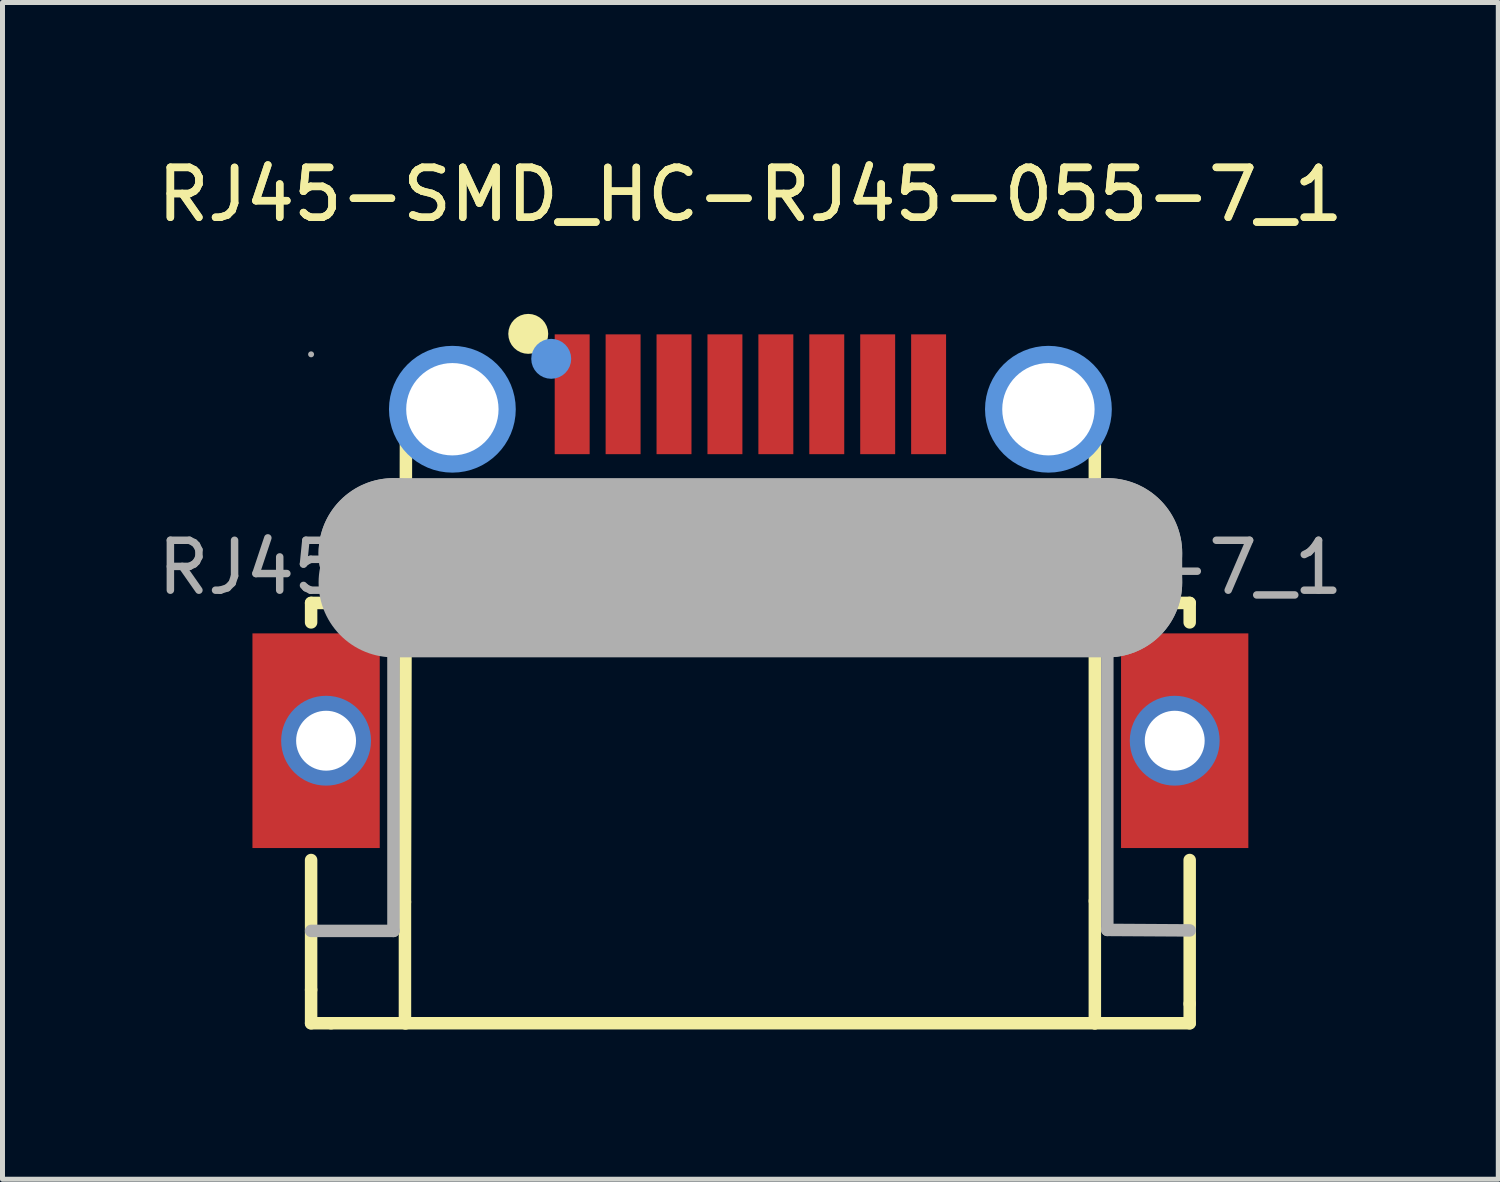
<source format=kicad_pcb>
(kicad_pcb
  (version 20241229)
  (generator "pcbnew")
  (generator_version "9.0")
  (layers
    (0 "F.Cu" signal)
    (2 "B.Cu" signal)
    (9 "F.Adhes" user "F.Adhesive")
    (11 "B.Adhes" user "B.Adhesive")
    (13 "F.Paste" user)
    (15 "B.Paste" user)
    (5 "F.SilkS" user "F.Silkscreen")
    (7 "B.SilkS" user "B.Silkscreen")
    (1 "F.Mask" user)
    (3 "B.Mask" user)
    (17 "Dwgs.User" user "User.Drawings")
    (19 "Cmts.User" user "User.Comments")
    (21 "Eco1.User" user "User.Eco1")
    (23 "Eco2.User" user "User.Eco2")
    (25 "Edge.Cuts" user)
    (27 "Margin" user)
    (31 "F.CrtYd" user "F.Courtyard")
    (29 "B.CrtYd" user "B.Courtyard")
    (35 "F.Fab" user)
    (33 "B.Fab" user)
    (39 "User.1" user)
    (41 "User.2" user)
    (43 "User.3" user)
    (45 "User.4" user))
  (footprint "RJ45-SMD_HC-RJ45-055-7_1"
    (layer "F.Cu")
    (at 11.982 8.318)
    (property "Reference" "RJ45-SMD_HC-RJ45-055-7_1" (at 0 -7.47 0) (layer "F.SilkS") (effects (font (size 1 1) (thickness 0.15))))
    (attr smd)
    (fp_line (start -8.8 0.71) (end -8.25 0.71) (stroke (width 0.25) (type solid)) (layer "F.SilkS"))
    (fp_line (start -8.8 1.1) (end -8.8 0.71) (stroke (width 0.25) (type solid)) (layer "F.SilkS"))
    (fp_line (start -8.8 8.46) (end -8.8 5.86) (stroke (width 0.25) (type solid)) (layer "F.SilkS"))
    (fp_line (start -8.8 8.46) (end -8.8 9.13) (stroke (width 0.25) (type solid)) (layer "F.SilkS"))
    (fp_line (start -8.4 0.71) (end -6.91 0.71) (stroke (width 0.25) (type solid)) (layer "F.SilkS"))
    (fp_line (start -8.4 9.13) (end -8.8 9.13) (stroke (width 0.25) (type solid)) (layer "F.SilkS"))
    (fp_line (start -8.4 9.13) (end -6.9 9.13) (stroke (width 0.25) (type solid)) (layer "F.SilkS"))
    (fp_line (start -6.92 6.7) (end -6.92 9.13) (stroke (width 0.25) (type solid)) (layer "F.SilkS"))
    (fp_line (start -6.9 -2.55) (end -6.92 6.7) (stroke (width 0.25) (type solid)) (layer "F.SilkS"))
    (fp_line (start -6.9 9.13) (end 6.9 9.13) (stroke (width 0.25) (type solid)) (layer "F.SilkS"))
    (fp_line (start 6.9 -2.55) (end 6.9 6.68) (stroke (width 0.25) (type solid)) (layer "F.SilkS"))
    (fp_line (start 6.9 6.68) (end 6.9 9.13) (stroke (width 0.25) (type solid)) (layer "F.SilkS"))
    (fp_line (start 7.3 0.71) (end 8.8 0.71) (stroke (width 0.25) (type solid)) (layer "F.SilkS"))
    (fp_line (start 8.8 1.1) (end 8.8 0.71) (stroke (width 0.25) (type solid)) (layer "F.SilkS"))
    (fp_line (start 8.8 8.74) (end 8.8 5.86) (stroke (width 0.25) (type solid)) (layer "F.SilkS"))
    (fp_line (start 8.8 8.74) (end 8.8 9.13) (stroke (width 0.25) (type solid)) (layer "F.SilkS"))
    (fp_line (start 8.8 9.13) (end 6.9 9.13) (stroke (width 0.25) (type solid)) (layer "F.SilkS"))
    (fp_circle (center -4.45 -4.68) (end -4.25 -4.68) (stroke (width 0.4) (type solid)) (fill no) (layer "F.SilkS"))
    (fp_circle (center -5.97 -3.17) (end -5.55 -3.17) (stroke (width 0.85) (type solid)) (fill no) (layer "Cmts.User"))
    (fp_circle (center -3.99 -4.18) (end -3.79 -4.18) (stroke (width 0.4) (type solid)) (fill no) (layer "Cmts.User"))
    (fp_circle (center 5.97 -3.17) (end 6.39 -3.17) (stroke (width 0.85) (type solid)) (fill no) (layer "Cmts.User"))
    (fp_line (start -8.8 7.28) (end -7.15 7.28) (stroke (width 0.25) (type solid)) (layer "F.Fab"))
    (fp_line (start -7.15 -0.67) (end 7.15 -0.67) (stroke (width 0.25) (type solid)) (layer "F.Fab"))
    (fp_line (start -7.15 -0.29) (end -7.15 -0.29) (stroke (width 3) (type solid)) (layer "F.Fab"))
    (fp_line (start -7.15 -0.29) (end 7.15 -0.29) (stroke (width 3) (type solid)) (layer "F.Fab"))
    (fp_line (start -7.15 7.28) (end -7.15 -0.67) (stroke (width 0.25) (type solid)) (layer "F.Fab"))
    (fp_line (start 7.15 -0.67) (end 7.15 7.26) (stroke (width 0.25) (type solid)) (layer "F.Fab"))
    (fp_line (start 7.15 -0.29) (end 7.15 0.3) (stroke (width 3) (type solid)) (layer "F.Fab"))
    (fp_line (start 7.15 0.3) (end -7.15 0.3) (stroke (width 3) (type solid)) (layer "F.Fab"))
    (fp_line (start 7.15 7.26) (end 8.8 7.27) (stroke (width 0.25) (type solid)) (layer "F.Fab"))
    (fp_circle (center -8.8 -4.27) (end -8.77 -4.27) (stroke (width 0.06) (type solid)) (fill no) (layer "F.Fab"))
    (fp_text user "${REFERENCE}" (at 0 -7.47 0) (layer "F.SilkS") (effects (font (size 1 1) (thickness 0.15))))
    (fp_text user "${REFERENCE}" (at 0 0 0) (layer "F.Fab") (effects (font (size 1 1) (thickness 0.15))))
    (pad "" thru_hole circle (at -5.97 -3.17) (size 1.85 1.85) (drill 1.85) (layers "*.Cu" "*.Mask"))
    (pad "" thru_hole circle (at 5.97 -3.17) (size 1.85 1.85) (drill 1.85) (layers "*.Cu" "*.Mask"))
    (pad "1" smd rect (at -3.57 -3.47) (size 0.7 2.4) (layers "F.Cu" "F.Mask" "F.Paste"))
    (pad "2" smd rect (at -2.55 -3.47) (size 0.7 2.4) (layers "F.Cu" "F.Mask" "F.Paste"))
    (pad "3" smd rect (at -1.53 -3.47) (size 0.7 2.4) (layers "F.Cu" "F.Mask" "F.Paste"))
    (pad "4" smd rect (at -0.51 -3.47) (size 0.7 2.4) (layers "F.Cu" "F.Mask" "F.Paste"))
    (pad "5" smd rect (at 0.51 -3.47) (size 0.7 2.4) (layers "F.Cu" "F.Mask" "F.Paste"))
    (pad "6" smd rect (at 1.53 -3.47) (size 0.7 2.4) (layers "F.Cu" "F.Mask" "F.Paste"))
    (pad "7" smd rect (at 2.55 -3.47) (size 0.7 2.4) (layers "F.Cu" "F.Mask" "F.Paste"))
    (pad "8" smd rect (at 3.57 -3.47) (size 0.7 2.4) (layers "F.Cu" "F.Mask" "F.Paste"))
    (pad "9" thru_hole circle (at 8.5 3.47) (size 1.8 1.8) (drill 1.2) (layers "*.Cu" "*.Mask"))
    (pad "9" smd rect (at 8.7 3.47) (size 2.55 4.3) (layers "F.Cu" "F.Mask" "F.Paste"))
    (pad "10" smd rect (at -8.7 3.47) (size 2.55 4.3) (layers "F.Cu" "F.Mask" "F.Paste"))
    (pad "10" thru_hole circle (at -8.5 3.47) (size 1.8 1.8) (drill 1.2) (layers "*.Cu" "*.Mask")))
  (gr_rect
    (start -3 -3)
    (end 26.964 20.573)
    (stroke (width 0.1) (type default))
    (fill no)
    (layer "Edge.Cuts")))
</source>
